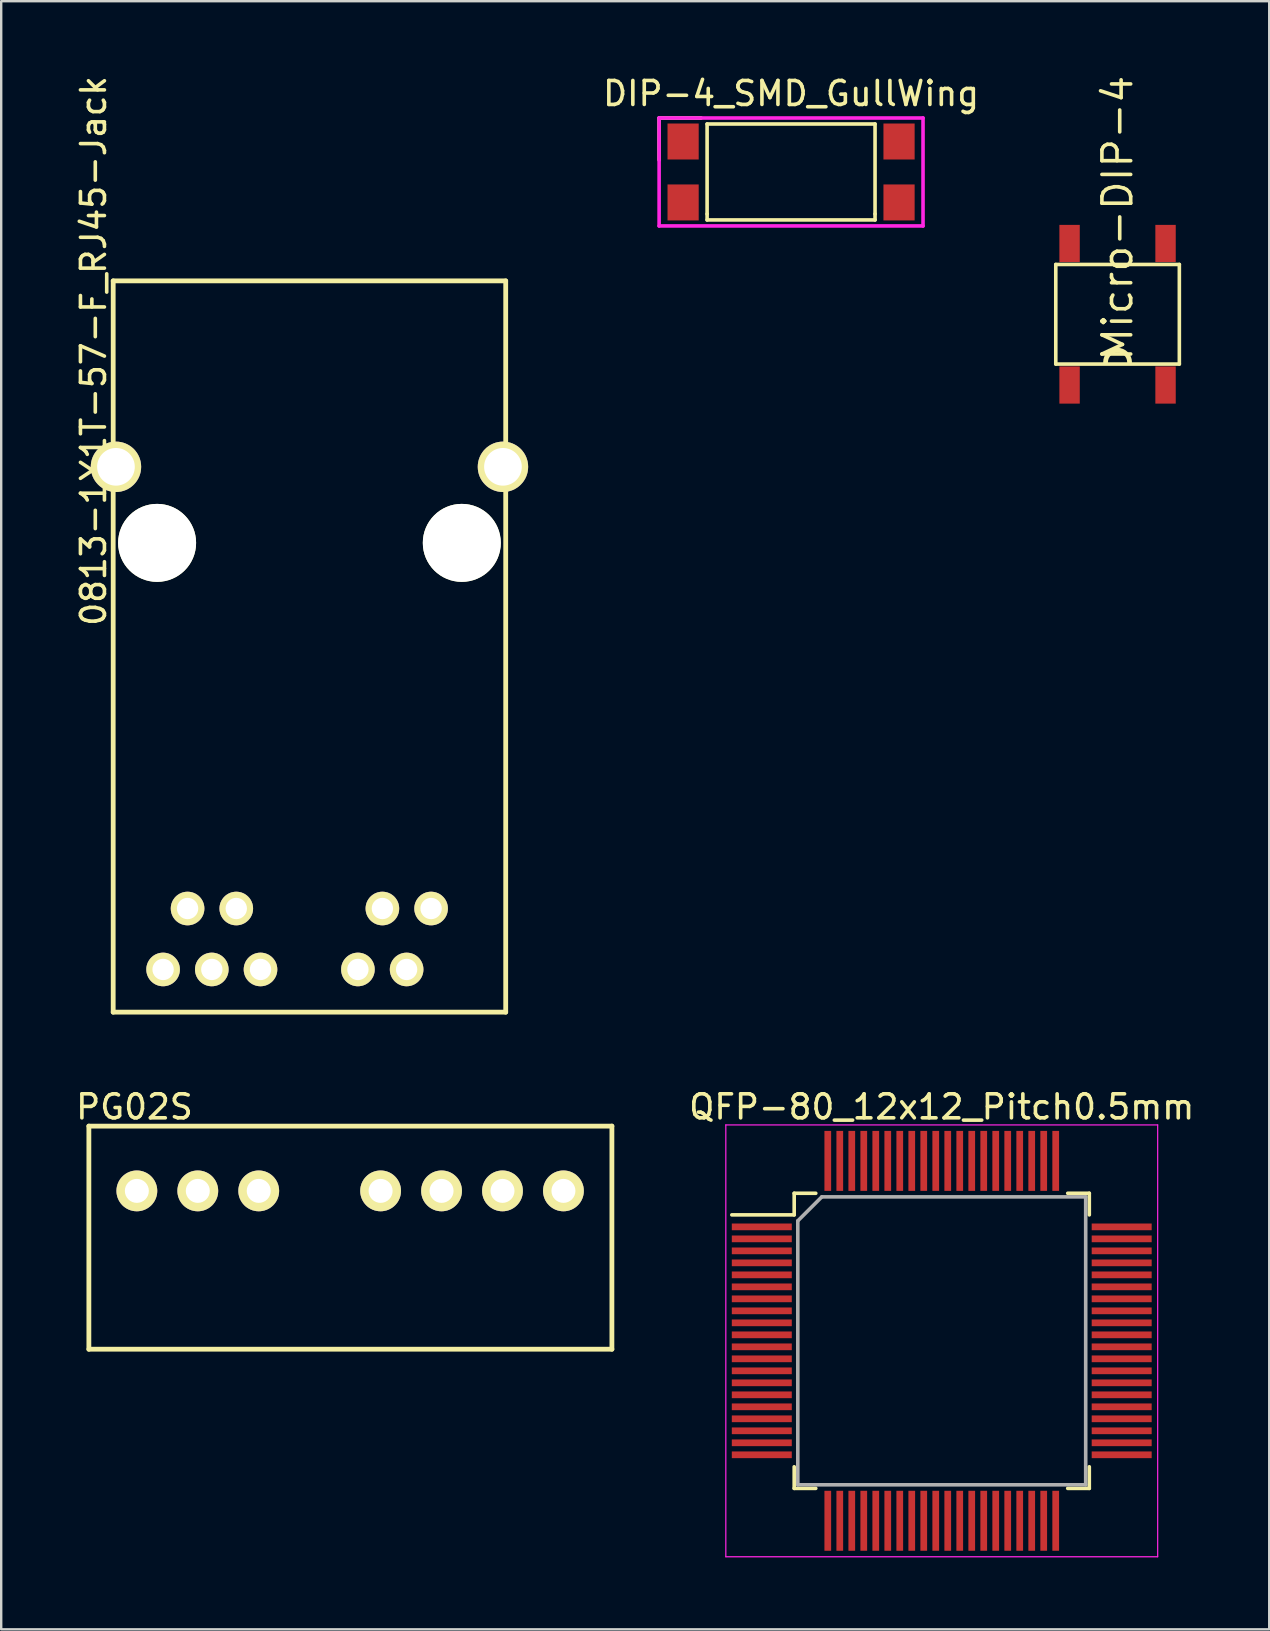
<source format=kicad_pcb>
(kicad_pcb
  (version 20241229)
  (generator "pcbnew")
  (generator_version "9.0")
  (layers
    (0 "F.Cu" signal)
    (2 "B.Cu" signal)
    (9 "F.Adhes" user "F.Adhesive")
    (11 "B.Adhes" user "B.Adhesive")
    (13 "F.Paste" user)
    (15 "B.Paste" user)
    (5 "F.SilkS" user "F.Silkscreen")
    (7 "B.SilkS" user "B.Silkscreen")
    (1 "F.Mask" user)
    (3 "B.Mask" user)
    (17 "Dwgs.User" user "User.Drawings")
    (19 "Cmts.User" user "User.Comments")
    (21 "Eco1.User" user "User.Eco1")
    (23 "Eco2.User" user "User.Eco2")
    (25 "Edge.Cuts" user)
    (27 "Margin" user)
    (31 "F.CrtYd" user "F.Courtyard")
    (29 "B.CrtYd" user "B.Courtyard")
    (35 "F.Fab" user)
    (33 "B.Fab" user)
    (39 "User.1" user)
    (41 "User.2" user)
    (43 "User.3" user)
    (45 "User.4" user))
  (footprint "PG02S"
    (layer "F.Cu")
    (at 2.654 46.586)
    (property "Reference" "PG02S" (at -0.1 -3.5 0) (layer "F.SilkS") (effects (font (size 1 1) (thickness 0.15))))
    (attr through_hole)
    (fp_line (start -2 -2.7) (end 19.8 -2.7) (stroke (width 0.2) (type solid)) (layer "F.SilkS"))
    (fp_line (start -2 6.6) (end -2 -2.7) (stroke (width 0.2) (type solid)) (layer "F.SilkS"))
    (fp_line (start 19.8 -2.7) (end 19.8 6.6) (stroke (width 0.2) (type solid)) (layer "F.SilkS"))
    (fp_line (start 19.8 6.6) (end -2 6.6) (stroke (width 0.2) (type solid)) (layer "F.SilkS"))
    (pad "1" thru_hole circle (at 0 0) (size 1.7 1.7) (drill 1) (layers "*.Cu" "*.Mask" "F.SilkS"))
    (pad "2" thru_hole circle (at 2.54 0) (size 1.7 1.7) (drill 1) (layers "*.Cu" "*.Mask" "F.SilkS"))
    (pad "3" thru_hole circle (at 5.08 0) (size 1.7 1.7) (drill 1) (layers "*.Cu" "*.Mask" "F.SilkS"))
    (pad "5" thru_hole circle (at 10.16 0) (size 1.7 1.7) (drill 1) (layers "*.Cu" "*.Mask" "F.SilkS"))
    (pad "6" thru_hole circle (at 12.7 0) (size 1.7 1.7) (drill 1) (layers "*.Cu" "*.Mask" "F.SilkS"))
    (pad "7" thru_hole circle (at 15.24 0) (size 1.7 1.7) (drill 1) (layers "*.Cu" "*.Mask" "F.SilkS"))
    (pad "8" thru_hole circle (at 17.78 0) (size 1.7 1.7) (drill 1) (layers "*.Cu" "*.Mask" "F.SilkS")))
  (footprint "Micro-DIP-4"
    (layer "F.Cu")
    (at 43.53 10.048)
    (property "Reference" "Micro-DIP-4" (at 0 -4 270) (layer "F.SilkS") (effects (font (size 1.2 1.2) (thickness 0.15))))
    (attr through_hole)
    (fp_line (start -2.575 -2.075) (end 2.575 -2.075) (stroke (width 0.15) (type solid)) (layer "F.SilkS"))
    (fp_line (start -2.575 2.075) (end -2.575 -2.075) (stroke (width 0.15) (type solid)) (layer "F.SilkS"))
    (fp_line (start 2.575 -2.075) (end 2.575 2.075) (stroke (width 0.15) (type solid)) (layer "F.SilkS"))
    (fp_line (start 2.575 2.075) (end -2.575 2.075) (stroke (width 0.15) (type solid)) (layer "F.SilkS"))
    (fp_arc (start -0.5 2) (mid -0.353553 1.646447) (end 0 1.5) (stroke (width 0.2) (type solid)) (layer "F.SilkS"))
    (fp_arc (start 0 1.5) (mid 0.353553 1.646447) (end 0.5 2) (stroke (width 0.2) (type solid)) (layer "F.SilkS"))
    (pad "1" smd rect (at -2 2.95) (size 0.85 1.55) (layers "F.Cu" "F.Mask" "F.Paste"))
    (pad "2" smd rect (at 2 2.95) (size 0.85 1.55) (layers "F.Cu" "F.Mask" "F.Paste"))
    (pad "3" smd rect (at 2 -2.95) (size 0.85 1.55) (layers "F.Cu" "F.Mask" "F.Paste"))
    (pad "4" smd rect (at -2 -2.95) (size 0.85 1.55) (layers "F.Cu" "F.Mask" "F.Paste")))
  (footprint "QFP-80_12x12_Pitch0.5mm"
    (layer "F.Cu")
    (at 36.202 52.836)
    (property "Reference" "QFP-80_12x12_Pitch0.5mm" (at 0 -9.75 0) (layer "F.SilkS") (effects (font (size 1 1) (thickness 0.15))))
    (attr smd)
    (fp_line (start -6.15 -6.15) (end -6.15 -5.25) (stroke (width 0.15) (type solid)) (layer "F.SilkS"))
    (fp_line (start -6.15 -5.25) (end -8.75 -5.25) (stroke (width 0.15) (type solid)) (layer "F.SilkS"))
    (fp_line (start -6.15 6.15) (end -6.15 5.25) (stroke (width 0.15) (type solid)) (layer "F.SilkS"))
    (fp_line (start -5.25 -6.15) (end -6.15 -6.15) (stroke (width 0.15) (type solid)) (layer "F.SilkS"))
    (fp_line (start -5.25 6.15) (end -6.15 6.15) (stroke (width 0.15) (type solid)) (layer "F.SilkS"))
    (fp_line (start 5.25 -6.15) (end 6.15 -6.15) (stroke (width 0.15) (type solid)) (layer "F.SilkS"))
    (fp_line (start 5.25 6.15) (end 6.15 6.15) (stroke (width 0.15) (type solid)) (layer "F.SilkS"))
    (fp_line (start 6.15 -6.15) (end 6.15 -5.25) (stroke (width 0.15) (type solid)) (layer "F.SilkS"))
    (fp_line (start 6.15 6.15) (end 6.15 5.25) (stroke (width 0.15) (type solid)) (layer "F.SilkS"))
    (fp_line (start -9 -9) (end 9 -9) (stroke (width 0.05) (type solid)) (layer "F.CrtYd"))
    (fp_line (start -9 9) (end -9 -9) (stroke (width 0.05) (type solid)) (layer "F.CrtYd"))
    (fp_line (start 9 -9) (end 9 9) (stroke (width 0.05) (type solid)) (layer "F.CrtYd"))
    (fp_line (start 9 9) (end -9 9) (stroke (width 0.05) (type solid)) (layer "F.CrtYd"))
    (fp_line (start -6 -5) (end -6 6) (stroke (width 0.15) (type solid)) (layer "F.Fab"))
    (fp_line (start -6 6) (end 6 6) (stroke (width 0.15) (type solid)) (layer "F.Fab"))
    (fp_line (start -5 -6) (end -6 -5) (stroke (width 0.15) (type solid)) (layer "F.Fab"))
    (fp_line (start 6 -6) (end -5 -6) (stroke (width 0.15) (type solid)) (layer "F.Fab"))
    (fp_line (start 6 6) (end 6 -6) (stroke (width 0.15) (type solid)) (layer "F.Fab"))
    (pad "1" smd rect (at -7.5 -4.75 90) (size 0.28 2.5) (layers "F.Cu" "F.Mask" "F.Paste"))
    (pad "2" smd rect (at -7.5 -4.25 90) (size 0.28 2.5) (layers "F.Cu" "F.Mask" "F.Paste"))
    (pad "3" smd rect (at -7.5 -3.75 90) (size 0.28 2.5) (layers "F.Cu" "F.Mask" "F.Paste"))
    (pad "4" smd rect (at -7.5 -3.25 90) (size 0.28 2.5) (layers "F.Cu" "F.Mask" "F.Paste"))
    (pad "5" smd rect (at -7.5 -2.75 90) (size 0.28 2.5) (layers "F.Cu" "F.Mask" "F.Paste"))
    (pad "6" smd rect (at -7.5 -2.25 90) (size 0.28 2.5) (layers "F.Cu" "F.Mask" "F.Paste"))
    (pad "7" smd rect (at -7.5 -1.75 90) (size 0.28 2.5) (layers "F.Cu" "F.Mask" "F.Paste"))
    (pad "8" smd rect (at -7.5 -1.25 90) (size 0.28 2.5) (layers "F.Cu" "F.Mask" "F.Paste"))
    (pad "9" smd rect (at -7.5 -0.75 90) (size 0.28 2.5) (layers "F.Cu" "F.Mask" "F.Paste"))
    (pad "10" smd rect (at -7.5 -0.25 90) (size 0.28 2.5) (layers "F.Cu" "F.Mask" "F.Paste"))
    (pad "11" smd rect (at -7.5 0.25 90) (size 0.28 2.5) (layers "F.Cu" "F.Mask" "F.Paste"))
    (pad "12" smd rect (at -7.5 0.75 90) (size 0.28 2.5) (layers "F.Cu" "F.Mask" "F.Paste"))
    (pad "13" smd rect (at -7.5 1.25 90) (size 0.28 2.5) (layers "F.Cu" "F.Mask" "F.Paste"))
    (pad "14" smd rect (at -7.5 1.75 90) (size 0.28 2.5) (layers "F.Cu" "F.Mask" "F.Paste"))
    (pad "15" smd rect (at -7.5 2.25 90) (size 0.28 2.5) (layers "F.Cu" "F.Mask" "F.Paste"))
    (pad "16" smd rect (at -7.5 2.75 90) (size 0.28 2.5) (layers "F.Cu" "F.Mask" "F.Paste"))
    (pad "17" smd rect (at -7.5 3.25 90) (size 0.28 2.5) (layers "F.Cu" "F.Mask" "F.Paste"))
    (pad "18" smd rect (at -7.5 3.75 90) (size 0.28 2.5) (layers "F.Cu" "F.Mask" "F.Paste"))
    (pad "19" smd rect (at -7.5 4.25 90) (size 0.28 2.5) (layers "F.Cu" "F.Mask" "F.Paste"))
    (pad "20" smd rect (at -7.5 4.75 90) (size 0.28 2.5) (layers "F.Cu" "F.Mask" "F.Paste"))
    (pad "21" smd rect (at -4.75 7.5) (size 0.28 2.5) (layers "F.Cu" "F.Mask" "F.Paste"))
    (pad "22" smd rect (at -4.25 7.5) (size 0.28 2.5) (layers "F.Cu" "F.Mask" "F.Paste"))
    (pad "23" smd rect (at -3.75 7.5) (size 0.28 2.5) (layers "F.Cu" "F.Mask" "F.Paste"))
    (pad "24" smd rect (at -3.25 7.5) (size 0.28 2.5) (layers "F.Cu" "F.Mask" "F.Paste"))
    (pad "25" smd rect (at -2.75 7.5) (size 0.28 2.5) (layers "F.Cu" "F.Mask" "F.Paste"))
    (pad "26" smd rect (at -2.25 7.5) (size 0.28 2.5) (layers "F.Cu" "F.Mask" "F.Paste"))
    (pad "27" smd rect (at -1.75 7.5) (size 0.28 2.5) (layers "F.Cu" "F.Mask" "F.Paste"))
    (pad "28" smd rect (at -1.25 7.5) (size 0.28 2.5) (layers "F.Cu" "F.Mask" "F.Paste"))
    (pad "29" smd rect (at -0.75 7.5) (size 0.28 2.5) (layers "F.Cu" "F.Mask" "F.Paste"))
    (pad "30" smd rect (at -0.25 7.5) (size 0.28 2.5) (layers "F.Cu" "F.Mask" "F.Paste"))
    (pad "31" smd rect (at 0.25 7.5) (size 0.28 2.5) (layers "F.Cu" "F.Mask" "F.Paste"))
    (pad "32" smd rect (at 0.75 7.5) (size 0.28 2.5) (layers "F.Cu" "F.Mask" "F.Paste"))
    (pad "33" smd rect (at 1.25 7.5) (size 0.28 2.5) (layers "F.Cu" "F.Mask" "F.Paste"))
    (pad "34" smd rect (at 1.75 7.5) (size 0.28 2.5) (layers "F.Cu" "F.Mask" "F.Paste"))
    (pad "35" smd rect (at 2.25 7.5) (size 0.28 2.5) (layers "F.Cu" "F.Mask" "F.Paste"))
    (pad "36" smd rect (at 2.75 7.5) (size 0.28 2.5) (layers "F.Cu" "F.Mask" "F.Paste"))
    (pad "37" smd rect (at 3.25 7.5) (size 0.28 2.5) (layers "F.Cu" "F.Mask" "F.Paste"))
    (pad "38" smd rect (at 3.75 7.5) (size 0.28 2.5) (layers "F.Cu" "F.Mask" "F.Paste"))
    (pad "39" smd rect (at 4.25 7.5) (size 0.28 2.5) (layers "F.Cu" "F.Mask" "F.Paste"))
    (pad "40" smd rect (at 4.75 7.5) (size 0.28 2.5) (layers "F.Cu" "F.Mask" "F.Paste"))
    (pad "41" smd rect (at 7.5 4.75 90) (size 0.28 2.5) (layers "F.Cu" "F.Mask" "F.Paste"))
    (pad "42" smd rect (at 7.5 4.25 90) (size 0.28 2.5) (layers "F.Cu" "F.Mask" "F.Paste"))
    (pad "43" smd rect (at 7.5 3.75 90) (size 0.28 2.5) (layers "F.Cu" "F.Mask" "F.Paste"))
    (pad "44" smd rect (at 7.5 3.25 90) (size 0.28 2.5) (layers "F.Cu" "F.Mask" "F.Paste"))
    (pad "45" smd rect (at 7.5 2.75 90) (size 0.28 2.5) (layers "F.Cu" "F.Mask" "F.Paste"))
    (pad "46" smd rect (at 7.5 2.25 90) (size 0.28 2.5) (layers "F.Cu" "F.Mask" "F.Paste"))
    (pad "47" smd rect (at 7.5 1.75 90) (size 0.28 2.5) (layers "F.Cu" "F.Mask" "F.Paste"))
    (pad "48" smd rect (at 7.5 1.25 90) (size 0.28 2.5) (layers "F.Cu" "F.Mask" "F.Paste"))
    (pad "49" smd rect (at 7.5 0.75 90) (size 0.28 2.5) (layers "F.Cu" "F.Mask" "F.Paste"))
    (pad "50" smd rect (at 7.5 0.25 90) (size 0.28 2.5) (layers "F.Cu" "F.Mask" "F.Paste"))
    (pad "51" smd rect (at 7.5 -0.25 90) (size 0.28 2.5) (layers "F.Cu" "F.Mask" "F.Paste"))
    (pad "52" smd rect (at 7.5 -0.75 90) (size 0.28 2.5) (layers "F.Cu" "F.Mask" "F.Paste"))
    (pad "53" smd rect (at 7.5 -1.25 90) (size 0.28 2.5) (layers "F.Cu" "F.Mask" "F.Paste"))
    (pad "54" smd rect (at 7.5 -1.75 90) (size 0.28 2.5) (layers "F.Cu" "F.Mask" "F.Paste"))
    (pad "55" smd rect (at 7.5 -2.25 90) (size 0.28 2.5) (layers "F.Cu" "F.Mask" "F.Paste"))
    (pad "56" smd rect (at 7.5 -2.75 90) (size 0.28 2.5) (layers "F.Cu" "F.Mask" "F.Paste"))
    (pad "57" smd rect (at 7.5 -3.25 90) (size 0.28 2.5) (layers "F.Cu" "F.Mask" "F.Paste"))
    (pad "58" smd rect (at 7.5 -3.75 90) (size 0.28 2.5) (layers "F.Cu" "F.Mask" "F.Paste"))
    (pad "59" smd rect (at 7.5 -4.25 90) (size 0.28 2.5) (layers "F.Cu" "F.Mask" "F.Paste"))
    (pad "60" smd rect (at 7.5 -4.75 90) (size 0.28 2.5) (layers "F.Cu" "F.Mask" "F.Paste"))
    (pad "61" smd rect (at 4.75 -7.5) (size 0.28 2.5) (layers "F.Cu" "F.Mask" "F.Paste"))
    (pad "62" smd rect (at 4.25 -7.5) (size 0.28 2.5) (layers "F.Cu" "F.Mask" "F.Paste"))
    (pad "63" smd rect (at 3.75 -7.5) (size 0.28 2.5) (layers "F.Cu" "F.Mask" "F.Paste"))
    (pad "64" smd rect (at 3.25 -7.5) (size 0.28 2.5) (layers "F.Cu" "F.Mask" "F.Paste"))
    (pad "65" smd rect (at 2.75 -7.5) (size 0.28 2.5) (layers "F.Cu" "F.Mask" "F.Paste"))
    (pad "66" smd rect (at 2.25 -7.5) (size 0.28 2.5) (layers "F.Cu" "F.Mask" "F.Paste"))
    (pad "67" smd rect (at 1.75 -7.5) (size 0.28 2.5) (layers "F.Cu" "F.Mask" "F.Paste"))
    (pad "68" smd rect (at 1.25 -7.5) (size 0.28 2.5) (layers "F.Cu" "F.Mask" "F.Paste"))
    (pad "69" smd rect (at 0.75 -7.5) (size 0.28 2.5) (layers "F.Cu" "F.Mask" "F.Paste"))
    (pad "70" smd rect (at 0.25 -7.5) (size 0.28 2.5) (layers "F.Cu" "F.Mask" "F.Paste"))
    (pad "71" smd rect (at -0.25 -7.5) (size 0.28 2.5) (layers "F.Cu" "F.Mask" "F.Paste"))
    (pad "72" smd rect (at -0.75 -7.5) (size 0.28 2.5) (layers "F.Cu" "F.Mask" "F.Paste"))
    (pad "73" smd rect (at -1.25 -7.5) (size 0.28 2.5) (layers "F.Cu" "F.Mask" "F.Paste"))
    (pad "74" smd rect (at -1.75 -7.5) (size 0.28 2.5) (layers "F.Cu" "F.Mask" "F.Paste"))
    (pad "75" smd rect (at -2.25 -7.5) (size 0.28 2.5) (layers "F.Cu" "F.Mask" "F.Paste"))
    (pad "76" smd rect (at -2.75 -7.5) (size 0.28 2.5) (layers "F.Cu" "F.Mask" "F.Paste"))
    (pad "77" smd rect (at -3.25 -7.5) (size 0.28 2.5) (layers "F.Cu" "F.Mask" "F.Paste"))
    (pad "78" smd rect (at -3.75 -7.5) (size 0.28 2.5) (layers "F.Cu" "F.Mask" "F.Paste"))
    (pad "79" smd rect (at -4.25 -7.5) (size 0.28 2.5) (layers "F.Cu" "F.Mask" "F.Paste"))
    (pad "80" smd rect (at -4.75 -7.5) (size 0.28 2.5) (layers "F.Cu" "F.Mask" "F.Paste")))
  (footprint "DIP-4_SMD_GullWing"
    (layer "F.Cu")
    (at 29.922 4.118)
    (property "Reference" "DIP-4_SMD_GullWing" (at 0 -3.27 0) (layer "F.SilkS") (effects (font (size 1 1) (thickness 0.15))))
    (attr smd)
    (fp_line (start -5.5 -2.25) (end -3.75 -2.25) (stroke (width 0.15) (type solid)) (layer "F.SilkS"))
    (fp_line (start -5.5 -0.5) (end -5.5 -2.25) (stroke (width 0.15) (type solid)) (layer "F.SilkS"))
    (fp_line (start -3.5 -2) (end -3.5 1.75) (stroke (width 0.15) (type solid)) (layer "F.SilkS"))
    (fp_line (start -3.5 -2) (end 3.5 -2) (stroke (width 0.15) (type solid)) (layer "F.SilkS"))
    (fp_line (start -3.5 1.75) (end -3.5 2) (stroke (width 0.15) (type solid)) (layer "F.SilkS"))
    (fp_line (start -3.5 2) (end 3.5 2) (stroke (width 0.15) (type solid)) (layer "F.SilkS"))
    (fp_line (start 3.5 1.75) (end 3.5 -2) (stroke (width 0.15) (type solid)) (layer "F.SilkS"))
    (fp_line (start 3.5 1.75) (end 3.5 2) (stroke (width 0.15) (type solid)) (layer "F.SilkS"))
    (fp_line (start -5.5 -2.25) (end 5.5 -2.25) (stroke (width 0.15) (type solid)) (layer "F.CrtYd"))
    (fp_line (start -5.5 2.25) (end -5.5 -2.25) (stroke (width 0.15) (type solid)) (layer "F.CrtYd"))
    (fp_line (start 5.5 -2.25) (end 5.5 2.25) (stroke (width 0.15) (type solid)) (layer "F.CrtYd"))
    (fp_line (start 5.5 2.25) (end -5.5 2.25) (stroke (width 0.15) (type solid)) (layer "F.CrtYd"))
    (pad "1" smd rect (at -4.5 -1.27) (size 1.3 1.5) (layers "F.Cu" "F.Mask" "F.Paste"))
    (pad "2" smd rect (at -4.5 1.27) (size 1.3 1.5) (layers "F.Cu" "F.Mask" "F.Paste"))
    (pad "3" smd rect (at 4.5 1.27) (size 1.3 1.5) (layers "F.Cu" "F.Mask" "F.Paste"))
    (pad "4" smd rect (at 4.5 -1.27) (size 1.3 1.5) (layers "F.Cu" "F.Mask" "F.Paste")))
  (footprint "0813-1X1T-57-F_RJ45-Jack"
    (layer "F.Cu")
    (at 9.848 19.577)
    (property "Reference" "0813-1X1T-57-F_RJ45-Jack" (at -9 -8 90) (layer "F.SilkS") (effects (font (size 1 1) (thickness 0.15))))
    (attr through_hole)
    (fp_line (start -8.18 -10.92) (end -8.18 19.56) (stroke (width 0.2) (type solid)) (layer "F.SilkS"))
    (fp_line (start -8.18 -10.92) (end 8.18 -10.92) (stroke (width 0.2) (type solid)) (layer "F.SilkS"))
    (fp_line (start -8.18 19.56) (end 8.18 19.56) (stroke (width 0.2) (type solid)) (layer "F.SilkS"))
    (fp_line (start 8.18 -10.92) (end 8.18 19.56) (stroke (width 0.2) (type solid)) (layer "F.SilkS"))
    (pad "" thru_hole circle (at -8.065 -3.17) (size 2.1 2.1) (drill 1.57) (layers "*.Cu" "*.Mask" "F.SilkS"))
    (pad "" np_thru_hole circle (at -6.35 0) (size 3.25 3.25) (drill 3.25) (layers "*.Cu" "*.Mask" "F.SilkS"))
    (pad "" np_thru_hole circle (at 6.35 0) (size 3.25 3.25) (drill 3.25) (layers "*.Cu" "*.Mask" "F.SilkS"))
    (pad "" thru_hole circle (at 8.065 -3.17) (size 2.1 2.1) (drill 1.57) (layers "*.Cu" "*.Mask" "F.SilkS"))
    (pad "1" thru_hole circle (at -5.08 15.24) (size 1.4 1.4) (drill 0.89) (layers "*.Cu" "*.Mask" "F.SilkS"))
    (pad "2" thru_hole circle (at -3.05 15.24) (size 1.4 1.4) (drill 0.89) (layers "*.Cu" "*.Mask" "F.SilkS"))
    (pad "5" thru_hole circle (at 3.04 15.24) (size 1.4 1.4) (drill 0.89) (layers "*.Cu" "*.Mask" "F.SilkS"))
    (pad "6" thru_hole circle (at 5.07 15.24) (size 1.4 1.4) (drill 0.89) (layers "*.Cu" "*.Mask" "F.SilkS"))
    (pad "7" thru_hole circle (at -6.1 17.78) (size 1.4 1.4) (drill 0.89) (layers "*.Cu" "*.Mask" "F.SilkS"))
    (pad "8" thru_hole circle (at -4.07 17.78) (size 1.4 1.4) (drill 0.89) (layers "*.Cu" "*.Mask" "F.SilkS"))
    (pad "9" thru_hole circle (at -2.04 17.78) (size 1.4 1.4) (drill 0.89) (layers "*.Cu" "*.Mask" "F.SilkS"))
    (pad "10" thru_hole circle (at 2.02 17.78) (size 1.4 1.4) (drill 0.89) (layers "*.Cu" "*.Mask" "F.SilkS"))
    (pad "11" thru_hole circle (at 4.05 17.78) (size 1.4 1.4) (drill 0.89) (layers "*.Cu" "*.Mask" "F.SilkS")))
  (gr_rect
    (start -3 -3)
    (end 49.851 64.861)
    (stroke (width 0.1) (type default))
    (fill no)
    (layer "Edge.Cuts")))
</source>
